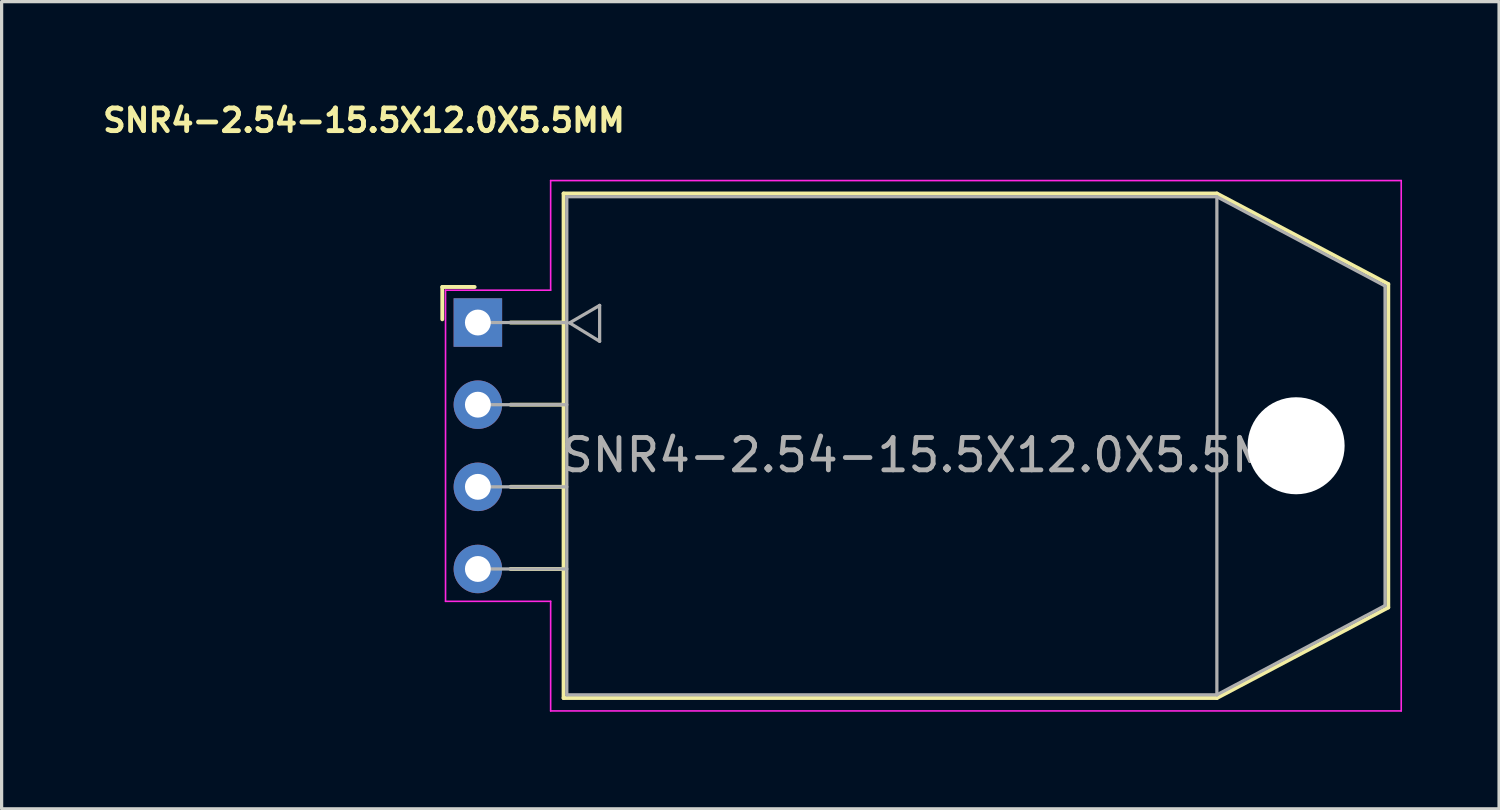
<source format=kicad_pcb>
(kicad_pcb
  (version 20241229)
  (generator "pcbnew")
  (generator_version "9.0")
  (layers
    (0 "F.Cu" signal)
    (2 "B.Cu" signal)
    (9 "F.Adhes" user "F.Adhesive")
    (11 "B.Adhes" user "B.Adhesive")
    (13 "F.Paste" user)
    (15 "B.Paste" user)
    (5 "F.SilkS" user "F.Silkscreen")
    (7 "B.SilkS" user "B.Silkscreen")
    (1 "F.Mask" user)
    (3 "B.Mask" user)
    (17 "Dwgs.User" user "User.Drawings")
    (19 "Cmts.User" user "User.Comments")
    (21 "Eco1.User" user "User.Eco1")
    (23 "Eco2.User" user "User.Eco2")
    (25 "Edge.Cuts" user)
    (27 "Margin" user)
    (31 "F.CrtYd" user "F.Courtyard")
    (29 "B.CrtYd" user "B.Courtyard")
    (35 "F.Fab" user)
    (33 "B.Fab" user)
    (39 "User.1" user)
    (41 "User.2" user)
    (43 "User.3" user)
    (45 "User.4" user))
  (footprint "SNR4-2.54-15.5X12.0X5.5MM"
    (layer "F.Cu")
    (at 11.726 6.923)
    (property "Reference" "SNR4-2.54-15.5X12.0X5.5MM" (at -3.521 -6.25 0) (layer "F.SilkS") (effects (font (size 0.7 0.7) (thickness 0.15))))
    (attr through_hole)
    (fp_line (start -1.1 -1.1) (end -0.1 -1.1) (stroke (width 0.12) (type default)) (layer "F.SilkS"))
    (fp_line (start -1.1 -0.1) (end -1.1 -1.1) (stroke (width 0.12) (type default)) (layer "F.SilkS"))
    (fp_line (start 1.01 0) (end 2.65 0) (stroke (width 0.12) (type default)) (layer "F.SilkS"))
    (fp_line (start 1.01 2.54) (end 2.65 2.54) (stroke (width 0.12) (type default)) (layer "F.SilkS"))
    (fp_line (start 1.01 5.08) (end 2.65 5.08) (stroke (width 0.12) (type default)) (layer "F.SilkS"))
    (fp_line (start 1.01 7.62) (end 2.65 7.62) (stroke (width 0.12) (type default)) (layer "F.SilkS"))
    (fp_line (start 2.65 -3.99) (end 22.85 -3.99) (stroke (width 0.12) (type solid)) (layer "F.SilkS"))
    (fp_line (start 2.65 11.61) (end 2.65 -3.99) (stroke (width 0.12) (type solid)) (layer "F.SilkS"))
    (fp_line (start 22.85 -3.99) (end 28.15 -1.19) (stroke (width 0.12) (type default)) (layer "F.SilkS"))
    (fp_line (start 22.85 11.61) (end 2.65 11.61) (stroke (width 0.12) (type solid)) (layer "F.SilkS"))
    (fp_line (start 28.15 -1.19) (end 28.15 8.81) (stroke (width 0.12) (type solid)) (layer "F.SilkS"))
    (fp_line (start 28.15 8.81) (end 22.85 11.61) (stroke (width 0.12) (type default)) (layer "F.SilkS"))
    (fp_line (start -1 -1) (end 2.25 -1) (stroke (width 0.05) (type solid)) (layer "F.CrtYd"))
    (fp_line (start -1 8.62) (end -1 -1) (stroke (width 0.05) (type solid)) (layer "F.CrtYd"))
    (fp_line (start 2.25 -4.39) (end 2.25 -1) (stroke (width 0.05) (type default)) (layer "F.CrtYd"))
    (fp_line (start 2.25 -4.39) (end 28.55 -4.39) (stroke (width 0.05) (type solid)) (layer "F.CrtYd"))
    (fp_line (start 2.25 8.62) (end -1 8.62) (stroke (width 0.05) (type solid)) (layer "F.CrtYd"))
    (fp_line (start 2.25 8.62) (end 2.25 12.01) (stroke (width 0.05) (type default)) (layer "F.CrtYd"))
    (fp_line (start 28.55 -4.39) (end 28.55 12.01) (stroke (width 0.05) (type solid)) (layer "F.CrtYd"))
    (fp_line (start 28.55 12.01) (end 2.25 12.01) (stroke (width 0.05) (type solid)) (layer "F.CrtYd"))
    (fp_line (start 0 0) (end 2.75 0) (stroke (width 0.1) (type default)) (layer "F.Fab"))
    (fp_line (start 0 2.54) (end 2.75 2.54) (stroke (width 0.1) (type default)) (layer "F.Fab"))
    (fp_line (start 0 5.08) (end 2.75 5.08) (stroke (width 0.1) (type default)) (layer "F.Fab"))
    (fp_line (start 0 7.62) (end 2.75 7.62) (stroke (width 0.1) (type default)) (layer "F.Fab"))
    (fp_line (start 2.75 -3.89) (end 2.75 11.51) (stroke (width 0.1) (type solid)) (layer "F.Fab"))
    (fp_line (start 2.75 -3.89) (end 22.85 -3.89) (stroke (width 0.1) (type default)) (layer "F.Fab"))
    (fp_line (start 2.75 11.51) (end 22.85 11.51) (stroke (width 0.1) (type default)) (layer "F.Fab"))
    (fp_line (start 2.835 0.01) (end 3.765 -0.53) (stroke (width 0.1) (type default)) (layer "F.Fab"))
    (fp_line (start 2.835 0.01) (end 3.765 0.58) (stroke (width 0.1) (type default)) (layer "F.Fab"))
    (fp_line (start 3.765 -0.53) (end 3.765 0.58) (stroke (width 0.1) (type default)) (layer "F.Fab"))
    (fp_line (start 22.85 -3.89) (end 22.85 11.51) (stroke (width 0.1) (type default)) (layer "F.Fab"))
    (fp_line (start 22.85 -3.89) (end 28.05 -1.13) (stroke (width 0.1) (type default)) (layer "F.Fab"))
    (fp_line (start 22.85 11.51) (end 28.05 8.75) (stroke (width 0.1) (type default)) (layer "F.Fab"))
    (fp_line (start 28.05 -1.13) (end 28.05 8.75) (stroke (width 0.1) (type default)) (layer "F.Fab"))
    (fp_text user "${REFERENCE}" (at 14.1 4.1 180) (layer "F.Fab") (effects (font (size 1 1) (thickness 0.15))))
    (pad "" np_thru_hole circle (at 25.3 3.81) (size 3 3) (drill 3) (layers "*.Cu" "*.Mask"))
    (pad "1" thru_hole rect (at 0 0) (size 1.5 1.5) (drill 0.8) (layers "*.Cu" "*.Mask"))
    (pad "2" thru_hole circle (at 0 2.54) (size 1.5 1.5) (drill 0.8) (layers "*.Cu" "*.Mask"))
    (pad "3" thru_hole circle (at 0 5.08) (size 1.5 1.5) (drill 0.8) (layers "*.Cu" "*.Mask"))
    (pad "4" thru_hole circle (at 0 7.62) (size 1.5 1.5) (drill 0.8) (layers "*.Cu" "*.Mask")))
  (gr_rect
    (start -3 -3)
    (end 43.301 21.958)
    (stroke (width 0.1) (type default))
    (fill no)
    (layer "Edge.Cuts")))
</source>
